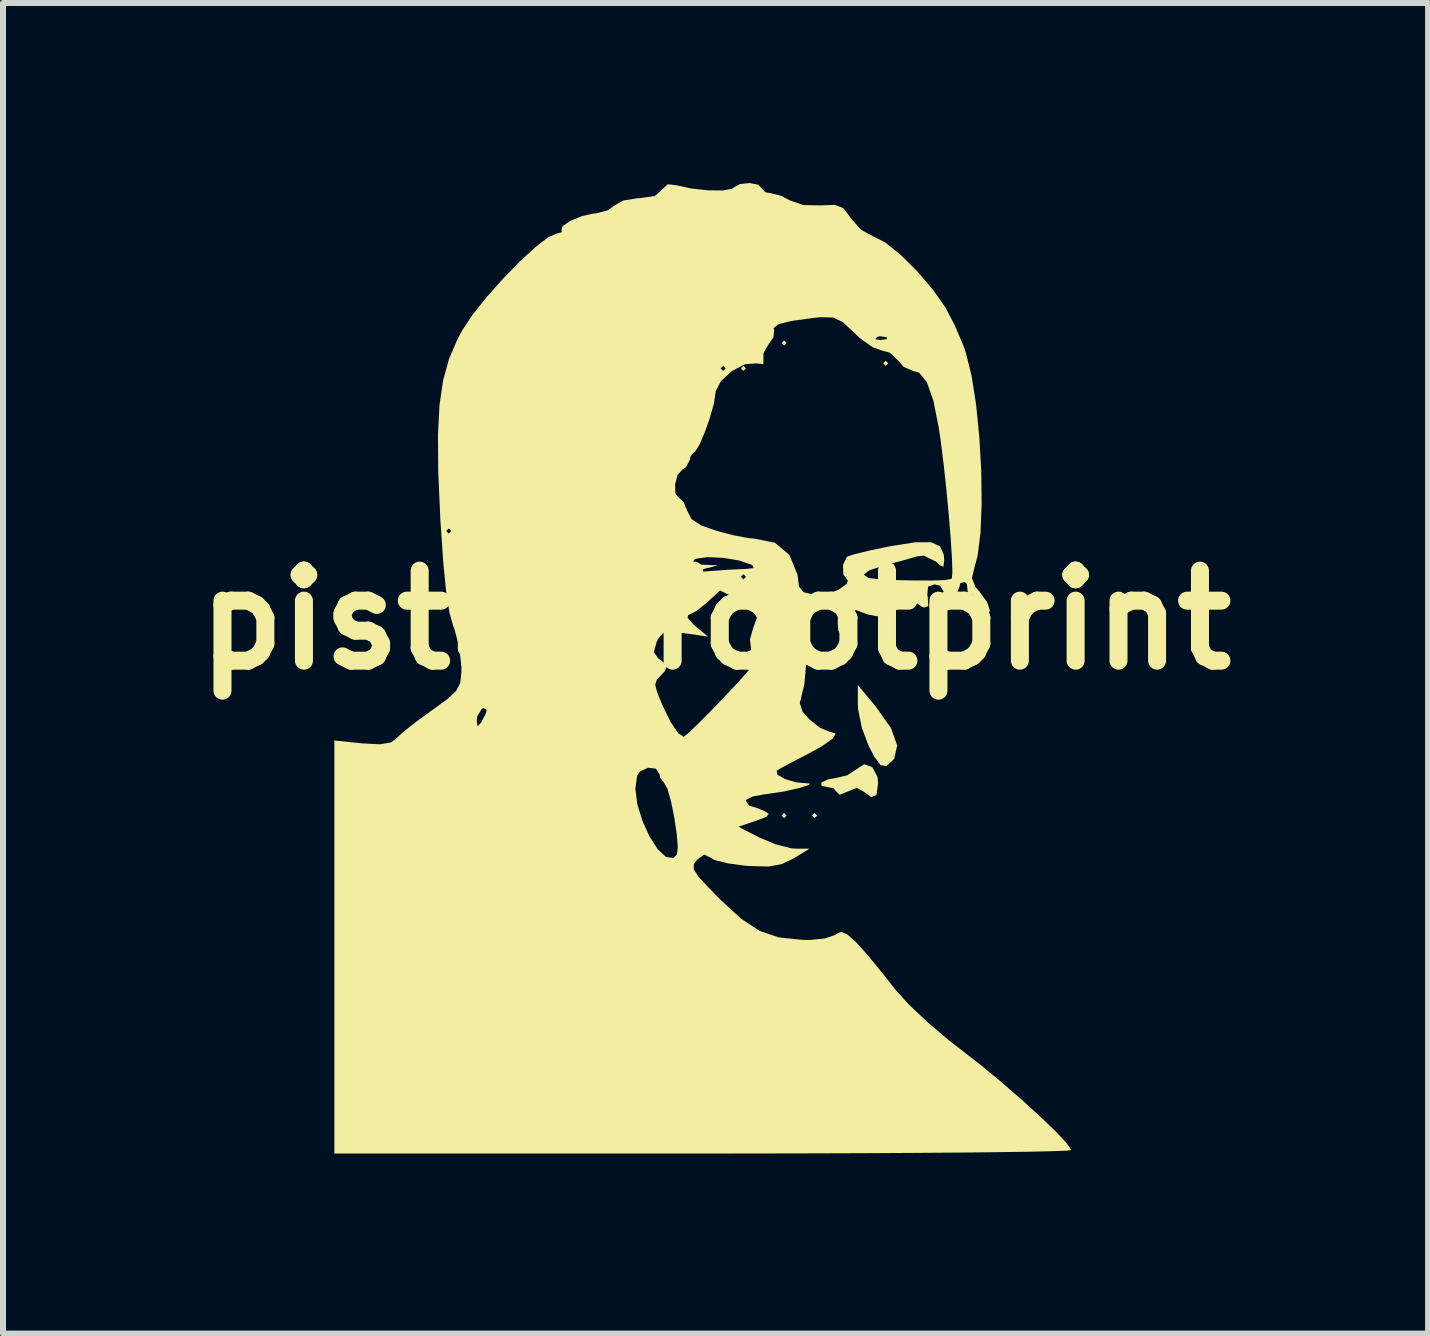
<source format=kicad_pcb>
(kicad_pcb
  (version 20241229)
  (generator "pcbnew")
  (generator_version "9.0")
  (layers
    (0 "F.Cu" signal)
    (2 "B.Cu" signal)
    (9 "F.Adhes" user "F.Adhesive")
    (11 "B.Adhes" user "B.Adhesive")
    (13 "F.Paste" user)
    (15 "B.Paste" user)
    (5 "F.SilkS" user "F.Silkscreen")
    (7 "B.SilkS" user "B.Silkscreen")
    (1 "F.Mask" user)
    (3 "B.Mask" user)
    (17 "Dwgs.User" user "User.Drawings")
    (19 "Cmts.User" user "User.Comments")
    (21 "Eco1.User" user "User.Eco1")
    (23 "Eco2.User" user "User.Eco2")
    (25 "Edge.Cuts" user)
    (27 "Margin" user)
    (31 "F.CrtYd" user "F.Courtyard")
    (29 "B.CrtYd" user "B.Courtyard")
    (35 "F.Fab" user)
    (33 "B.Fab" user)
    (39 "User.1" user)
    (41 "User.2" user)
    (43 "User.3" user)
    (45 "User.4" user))
  (footprint "pister_footprint"
    (layer "F.Cu")
    (at 8.871 7.279)
    (property "Reference" "pister_footprint" (at 0 0 0) (layer "F.SilkS") (effects (font (size 1.5 1.5) (thickness 0.3))))
    (attr board_only exclude_from_pos_files exclude_from_bom)
    (fp_poly (pts (xy 0.508 -4.191) (xy 0.466 -4.149) (xy 0.423 -4.191) (xy 0.466 -4.233)) (stroke (width 0) (type solid)) (fill yes) (layer "F.SilkS"))
    (fp_poly (pts (xy 1.185 -4.614) (xy 1.143 -4.572) (xy 1.101 -4.614) (xy 1.143 -4.657)) (stroke (width 0) (type solid)) (fill yes) (layer "F.SilkS"))
    (fp_poly (pts (xy 1.185 3.26) (xy 1.143 3.302) (xy 1.101 3.26) (xy 1.143 3.217)) (stroke (width 0) (type solid)) (fill yes) (layer "F.SilkS"))
    (fp_poly (pts (xy 1.693 3.26) (xy 1.651 3.302) (xy 1.609 3.26) (xy 1.651 3.217)) (stroke (width 0) (type solid)) (fill yes) (layer "F.SilkS"))
    (fp_poly (pts (xy 2.879 -4.276) (xy 2.836 -4.233) (xy 2.794 -4.276) (xy 2.836 -4.318)) (stroke (width 0) (type solid)) (fill yes) (layer "F.SilkS"))
    (fp_poly (pts (xy 2.668 1.44) (xy 2.923 1.801) (xy 3.027 2.09) (xy 2.979 2.308) (xy 2.962 2.329) (xy 2.849 2.433) (xy 2.751 2.42) (xy 2.642 2.273) (xy 2.548 2.09) (xy 2.437 1.792) (xy 2.376 1.489) (xy 2.371 1.405) (xy 2.371 1.085)) (stroke (width 0) (type solid)) (fill yes) (layer "F.SilkS"))
    (fp_poly (pts (xy 2.612 2.452) (xy 2.698 2.612) (xy 2.709 2.718) (xy 2.682 2.914) (xy 2.595 2.952) (xy 2.47 2.86) (xy 2.353 2.798) (xy 2.199 2.86) (xy 2.068 2.913) (xy 2.032 2.879) (xy 1.964 2.803) (xy 1.91 2.794) (xy 1.767 2.766) (xy 1.763 2.707) (xy 1.884 2.653) (xy 1.974 2.64) (xy 2.193 2.589) (xy 2.339 2.494) (xy 2.477 2.404)) (stroke (width 0) (type solid)) (fill yes) (layer "F.SilkS"))
    (fp_poly (pts (xy 0.715 -7.251) (xy 0.762 -7.197) (xy 0.832 -7.125) (xy 0.912 -7.112) (xy 1.099 -7.065) (xy 1.234 -6.992) (xy 1.465 -6.912) (xy 1.756 -6.907) (xy 1.991 -6.916) (xy 2.13 -6.861) (xy 2.243 -6.712) (xy 2.256 -6.691) (xy 2.425 -6.5) (xy 2.625 -6.392) (xy 2.627 -6.392) (xy 2.823 -6.293) (xy 3.078 -6.089) (xy 3.356 -5.814) (xy 3.621 -5.504) (xy 3.83 -5.207) (xy 3.985 -4.911) (xy 4.131 -4.568) (xy 4.173 -4.445) (xy 4.268 -4.06) (xy 4.343 -3.577) (xy 4.396 -3.035) (xy 4.428 -2.474) (xy 4.434 -1.934) (xy 4.415 -1.454) (xy 4.368 -1.075) (xy 4.321 -0.896) (xy 4.272 -0.698) (xy 4.332 -0.547) (xy 4.4 -0.469) (xy 4.527 -0.295) (xy 4.573 -0.152) (xy 4.525 -0.085) (xy 4.515 -0.085) (xy 4.386 -0.146) (xy 4.261 -0.284) (xy 4.218 -0.381) (xy 4.233 -0.381) (xy 4.276 -0.339) (xy 4.318 -0.381) (xy 4.276 -0.423) (xy 4.233 -0.381) (xy 4.218 -0.381) (xy 4.198 -0.426) (xy 4.202 -0.465) (xy 4.188 -0.599) (xy 4.154 -0.631) (xy 4.078 -0.615) (xy 4.064 -0.55) (xy 4.027 -0.457) (xy 3.987 -0.461) (xy 3.892 -0.443) (xy 3.866 -0.403) (xy 3.829 -0.372) (xy 3.817 -0.445) (xy 3.741 -0.57) (xy 3.652 -0.593) (xy 3.54 -0.555) (xy 3.529 -0.415) (xy 3.536 -0.38) (xy 3.545 -0.23) (xy 3.476 -0.207) (xy 3.439 -0.22) (xy 3.321 -0.302) (xy 3.302 -0.348) (xy 3.237 -0.421) (xy 3.217 -0.423) (xy 3.141 -0.355) (xy 3.133 -0.305) (xy 3.06 -0.192) (xy 2.888 -0.103) (xy 2.687 -0.062) (xy 2.531 -0.092) (xy 2.34 -0.166) (xy 2.231 -0.092) (xy 2.201 0.09) (xy 2.178 0.264) (xy 2.112 0.294) (xy 2.112 0.293) (xy 2.045 0.173) (xy 2.036 0.055) (xy 2.041 -0.182) (xy 1.992 -0.293) (xy 1.869 -0.319) (xy 1.841 -0.318) (xy 1.634 -0.283) (xy 1.516 -0.182) (xy 1.472 0.017) (xy 1.487 0.345) (xy 1.491 0.385) (xy 1.508 0.766) (xy 1.479 1.083) (xy 1.453 1.184) (xy 1.404 1.385) (xy 1.452 1.53) (xy 1.565 1.657) (xy 1.743 1.798) (xy 1.898 1.862) (xy 1.906 1.863) (xy 2.003 1.893) (xy 1.951 1.979) (xy 1.761 2.112) (xy 1.497 2.255) (xy 1.253 2.381) (xy 1.077 2.476) (xy 1.018 2.512) (xy 1.033 2.579) (xy 1.159 2.652) (xy 1.343 2.705) (xy 1.439 2.715) (xy 1.573 2.725) (xy 1.558 2.748) (xy 1.401 2.799) (xy 1.139 2.858) (xy 0.845 2.902) (xy 0.828 2.903) (xy 0.622 2.941) (xy 0.512 2.996) (xy 0.507 3.012) (xy 0.561 3.095) (xy 0.572 3.098) (xy 0.694 3.134) (xy 0.799 3.176) (xy 0.888 3.23) (xy 0.85 3.279) (xy 0.672 3.347) (xy 0.381 3.445) (xy 0.737 3.628) (xy 1.007 3.74) (xy 1.259 3.804) (xy 1.33 3.81) (xy 1.566 3.811) (xy 1.297 3.975) (xy 1.101 4.069) (xy 0.883 4.108) (xy 0.576 4.1) (xy 0.492 4.094) (xy 0.205 4.055) (xy -0.012 4.001) (xy -0.103 3.95) (xy -0.189 3.909) (xy -0.304 3.993) (xy -0.362 4.069) (xy -0.363 4.152) (xy -0.288 4.271) (xy -0.12 4.455) (xy 0.08 4.659) (xy 0.427 4.978) (xy 0.734 5.18) (xy 1.055 5.289) (xy 1.443 5.33) (xy 1.571 5.332) (xy 1.815 5.308) (xy 1.995 5.248) (xy 2.02 5.228) (xy 2.091 5.197) (xy 2.19 5.235) (xy 2.331 5.357) (xy 2.532 5.58) (xy 2.806 5.916) (xy 3.006 6.17) (xy 3.222 6.408) (xy 3.529 6.698) (xy 3.879 6.996) (xy 4.099 7.166) (xy 4.422 7.418) (xy 4.767 7.703) (xy 5.107 7.998) (xy 5.419 8.282) (xy 5.676 8.53) (xy 5.853 8.719) (xy 5.926 8.828) (xy 5.927 8.833) (xy 5.844 8.843) (xy 5.606 8.851) (xy 5.225 8.86) (xy 4.714 8.867) (xy 4.087 8.874) (xy 3.358 8.879) (xy 2.539 8.884) (xy 1.644 8.887) (xy 0.686 8.889) (xy -0.212 8.89) (xy -6.35 8.89) (xy -6.35 5.449) (xy -6.35 2.81) (xy -1.336 2.81) (xy -1.302 3.072) (xy -1.217 3.349) (xy -1.099 3.609) (xy -0.963 3.82) (xy -0.825 3.949) (xy -0.702 3.965) (xy -0.643 3.907) (xy -0.628 3.784) (xy -0.647 3.559) (xy -0.688 3.286) (xy -0.742 3.02) (xy -0.8 2.814) (xy -0.851 2.723) (xy -0.924 2.626) (xy -0.931 2.575) (xy -0.992 2.478) (xy -1.125 2.462) (xy -1.258 2.525) (xy -1.305 2.594) (xy -1.336 2.81) (xy -6.35 2.81) (xy -6.35 2.008) (xy -5.889 2.056) (xy -5.587 2.072) (xy -5.406 2.04) (xy -5.325 1.979) (xy -5.206 1.869) (xy -4.992 1.7) (xy -4.96 1.677) (xy -3.978 1.677) (xy -3.964 1.772) (xy -3.906 1.71) (xy -3.895 1.693) (xy -3.823 1.549) (xy -3.811 1.498) (xy -3.863 1.467) (xy -3.895 1.482) (xy -3.968 1.602) (xy -3.978 1.677) (xy -4.96 1.677) (xy -4.73 1.509) (xy -4.727 1.507) (xy -4.469 1.32) (xy -4.322 1.183) (xy -4.253 1.051) (xy -4.234 0.88) (xy -4.233 0.789) (xy -4.26 0.534) (xy -1.028 0.534) (xy -0.956 0.64) (xy -0.914 0.668) (xy -0.806 0.759) (xy -0.842 0.852) (xy -0.886 0.898) (xy -0.977 0.995) (xy -1.005 1.08) (xy -0.97 1.211) (xy -0.887 1.414) (xy -0.749 1.699) (xy -0.62 1.888) (xy -0.53 1.947) (xy -0.458 1.89) (xy -0.296 1.736) (xy -0.072 1.511) (xy 0.094 1.338) (xy 0.341 1.077) (xy 0.535 0.861) (xy 0.653 0.721) (xy 0.676 0.682) (xy 0.635 0.578) (xy 0.597 0.512) (xy 0.573 0.326) (xy 0.634 0.116) (xy 0.698 -0.057) (xy 0.682 -0.161) (xy 0.559 -0.25) (xy 0.412 -0.325) (xy 0.075 -0.491) (xy -0.144 -0.288) (xy -0.316 -0.15) (xy -0.447 -0.083) (xy -0.457 -0.082) (xy -0.465 -0.035) (xy -0.363 0.078) (xy -0.339 0.099) (xy -0.127 0.277) (xy -0.508 0.222) (xy -0.749 0.197) (xy -0.88 0.225) (xy -0.96 0.323) (xy -0.981 0.368) (xy -1.028 0.534) (xy -4.26 0.534) (xy -4.267 0.468) (xy -4.349 0.153) (xy -4.369 0.103) (xy -4.432 -0.118) (xy -4.488 -0.474) (xy -4.512 -0.72) (xy 0.423 -0.72) (xy 0.466 -0.677) (xy 0.508 -0.72) (xy 0.466 -0.762) (xy 0.423 -0.72) (xy -4.512 -0.72) (xy -4.535 -0.953) (xy -0.385 -0.953) (xy -0.264 -0.925) (xy -0.212 -0.921) (xy 0.042 -0.909) (xy -0.212 -0.845) (xy -0.334 -0.81) (xy -0.306 -0.799) (xy -0.12 -0.812) (xy -0.094 -0.814) (xy 0.194 -0.835) (xy 0.449 -0.848) (xy 0.499 -0.849) (xy 0.637 -0.864) (xy 0.618 -0.907) (xy 0.593 -0.923) (xy 0.393 -0.991) (xy 0.126 -1.035) (xy -0.137 -1.046) (xy -0.325 -1.02) (xy -0.349 -1.008) (xy -0.385 -0.953) (xy -4.535 -0.953) (xy -4.537 -0.975) (xy -4.571 -1.482) (xy -4.487 -1.482) (xy -4.445 -1.439) (xy -4.403 -1.482) (xy -4.445 -1.524) (xy -4.487 -1.482) (xy -4.571 -1.482) (xy -4.582 -1.632) (xy -4.587 -1.736) (xy -4.61 -2.255) (xy -0.674 -2.255) (xy -0.668 -2.103) (xy -0.605 -2.032) (xy -0.602 -2.032) (xy -0.527 -1.96) (xy -0.474 -1.823) (xy -0.4 -1.681) (xy -0.237 -1.574) (xy 0.016 -1.485) (xy 0.303 -1.41) (xy 0.551 -1.363) (xy 0.646 -1.355) (xy 0.99 -1.286) (xy 1.232 -1.083) (xy 1.367 -0.753) (xy 1.392 -0.554) (xy 1.47 -0.461) (xy 1.65 -0.421) (xy 1.871 -0.438) (xy 2.051 -0.504) (xy 2.186 -0.6) (xy 2.206 -0.66) (xy 2.199 -0.663) (xy 2.129 -0.761) (xy 2.125 -0.92) (xy 2.187 -1.048) (xy 2.199 -1.057) (xy 2.317 -1.096) (xy 2.555 -1.154) (xy 2.865 -1.219) (xy 2.93 -1.232) (xy 3.33 -1.294) (xy 3.593 -1.294) (xy 3.744 -1.225) (xy 3.805 -1.081) (xy 3.81 -1) (xy 3.798 -0.887) (xy 3.736 -0.912) (xy 3.67 -0.974) (xy 3.47 -1.072) (xy 3.353 -1.058) (xy 3.158 -1.001) (xy 2.893 -0.93) (xy 2.815 -0.91) (xy 2.559 -0.826) (xy 2.471 -0.754) (xy 2.549 -0.699) (xy 2.793 -0.67) (xy 2.857 -0.667) (xy 3.316 -0.658) (xy 3.63 -0.657) (xy 3.823 -0.665) (xy 3.92 -0.682) (xy 3.938 -0.692) (xy 3.947 -0.79) (xy 3.94 -1.02) (xy 3.919 -1.35) (xy 3.887 -1.743) (xy 3.847 -2.166) (xy 3.802 -2.584) (xy 3.755 -2.961) (xy 3.721 -3.197) (xy 3.629 -3.657) (xy 3.522 -3.96) (xy 3.395 -4.118) (xy 3.291 -4.149) (xy 3.133 -4.217) (xy 3.048 -4.318) (xy 2.903 -4.454) (xy 2.778 -4.487) (xy 2.615 -4.545) (xy 2.431 -4.677) (xy 2.661 -4.677) (xy 2.745 -4.663) (xy 2.854 -4.679) (xy 2.856 -4.708) (xy 2.742 -4.728) (xy 2.693 -4.715) (xy 2.661 -4.677) (xy 2.431 -4.677) (xy 2.408 -4.693) (xy 2.314 -4.782) (xy 2.124 -4.96) (xy 1.964 -5.038) (xy 1.756 -5.044) (xy 1.628 -5.032) (xy 1.26 -4.981) (xy 1.045 -4.926) (xy 0.968 -4.861) (xy 0.978 -4.819) (xy 0.964 -4.705) (xy 0.89 -4.603) (xy 0.799 -4.447) (xy 0.799 -4.344) (xy 0.796 -4.261) (xy 0.68 -4.275) (xy 0.49 -4.26) (xy 0.273 -4.147) (xy 0.09 -3.981) (xy 0.001 -3.805) (xy 0 -3.784) (xy -0.026 -3.609) (xy -0.093 -3.37) (xy -0.181 -3.121) (xy -0.271 -2.913) (xy -0.343 -2.801) (xy -0.359 -2.794) (xy -0.417 -2.726) (xy -0.423 -2.676) (xy -0.492 -2.545) (xy -0.55 -2.509) (xy -0.633 -2.414) (xy -0.674 -2.255) (xy -4.61 -2.255) (xy -4.62 -2.483) (xy -4.624 -3.09) (xy -4.598 -3.585) (xy -4.538 -3.995) (xy -4.483 -4.191) (xy 0.085 -4.191) (xy 0.127 -4.149) (xy 0.169 -4.191) (xy 0.127 -4.233) (xy 0.085 -4.191) (xy -4.483 -4.191) (xy -4.44 -4.349) (xy -4.301 -4.673) (xy -4.216 -4.831) (xy -4.046 -5.087) (xy -3.81 -5.382) (xy -3.538 -5.688) (xy -3.258 -5.975) (xy -2.997 -6.215) (xy -2.785 -6.378) (xy -2.653 -6.435) (xy -2.56 -6.46) (xy -2.567 -6.49) (xy -2.548 -6.561) (xy -2.418 -6.649) (xy -2.23 -6.727) (xy -2.036 -6.771) (xy -1.99 -6.773) (xy -1.791 -6.826) (xy -1.693 -6.9) (xy -1.538 -6.987) (xy -1.298 -7.027) (xy -1.269 -7.027) (xy -1.008 -7.064) (xy -0.897 -7.164) (xy -0.797 -7.259) (xy -0.655 -7.243) (xy -0.401 -7.188) (xy -0.124 -7.158) (xy 0.121 -7.156) (xy 0.276 -7.184) (xy 0.3 -7.203) (xy 0.407 -7.263) (xy 0.572 -7.279)) (stroke (width 0) (type solid)) (fill yes) (layer "F.SilkS")))
  (gr_rect
    (start -3 -3)
    (end 20.743 19.169)
    (stroke (width 0.1) (type default))
    (fill no)
    (layer "Edge.Cuts")))
</source>
